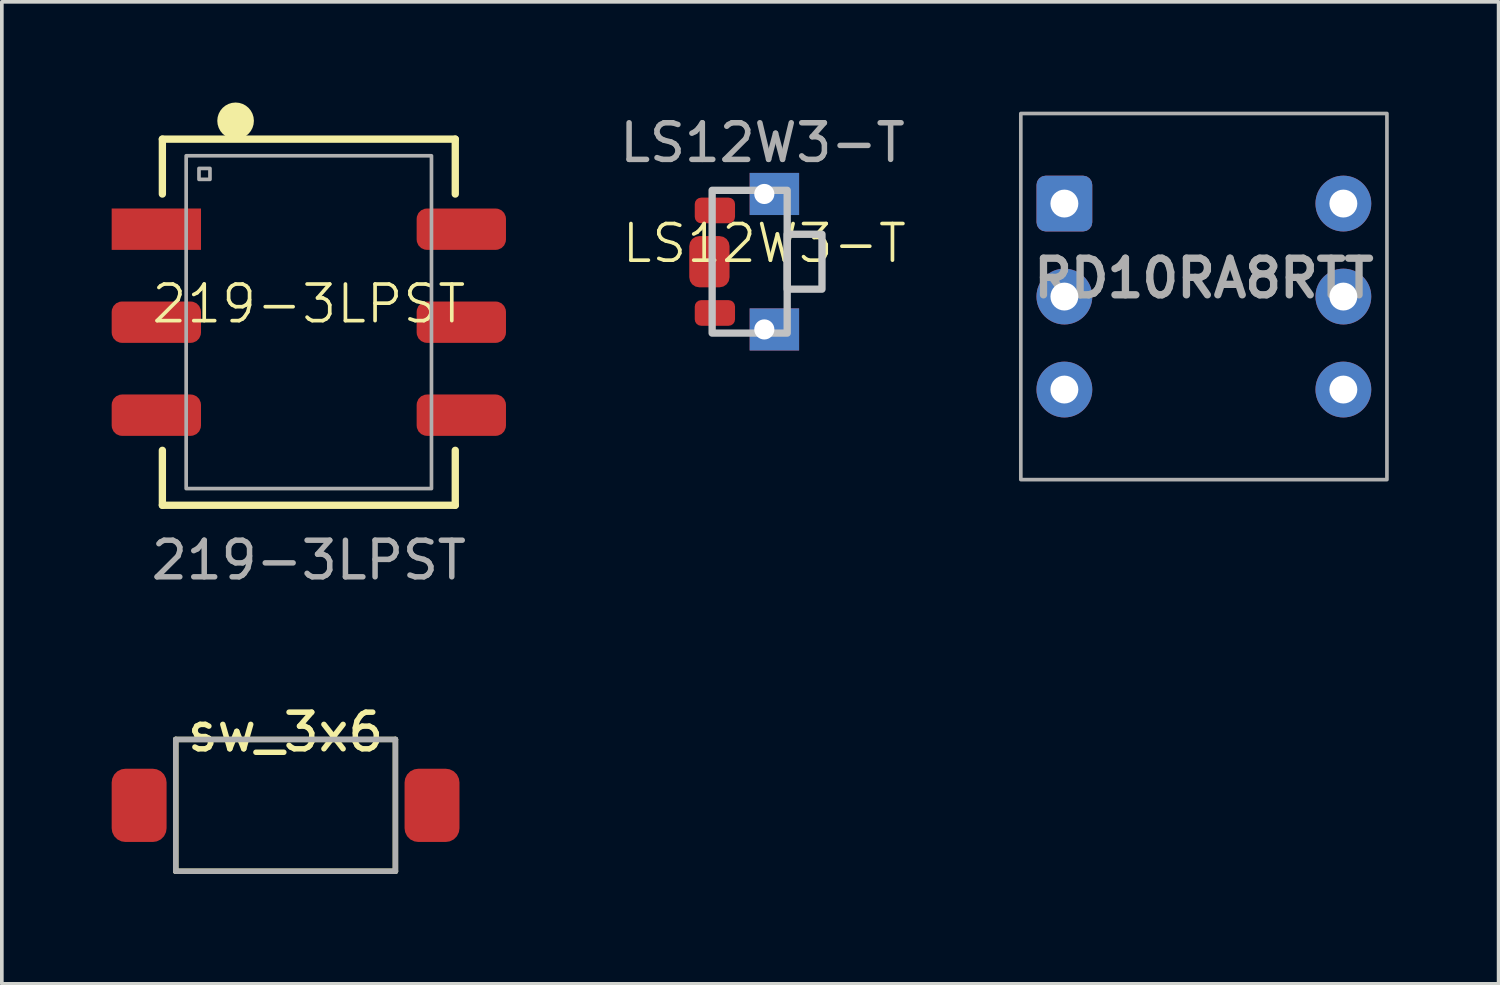
<source format=kicad_pcb>
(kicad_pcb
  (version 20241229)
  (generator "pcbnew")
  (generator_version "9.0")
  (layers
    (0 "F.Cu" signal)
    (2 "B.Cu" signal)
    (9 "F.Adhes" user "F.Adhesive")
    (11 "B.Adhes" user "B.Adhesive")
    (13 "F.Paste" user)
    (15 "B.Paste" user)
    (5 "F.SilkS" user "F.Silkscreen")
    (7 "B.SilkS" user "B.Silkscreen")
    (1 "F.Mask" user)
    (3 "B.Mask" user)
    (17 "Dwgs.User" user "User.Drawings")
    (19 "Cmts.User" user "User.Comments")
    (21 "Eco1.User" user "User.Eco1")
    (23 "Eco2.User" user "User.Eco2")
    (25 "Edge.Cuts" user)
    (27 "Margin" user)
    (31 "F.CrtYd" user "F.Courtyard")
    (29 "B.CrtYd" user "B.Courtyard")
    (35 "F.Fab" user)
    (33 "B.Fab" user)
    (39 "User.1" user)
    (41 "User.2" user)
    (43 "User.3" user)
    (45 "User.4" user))
  (footprint "sw_3x6"
    (layer "F.Cu")
    (at 4.75 18.947)
    (property "Reference" "sw_3x6" (at 0 -2 0) (layer "F.SilkS") (effects (font (size 1 1) (thickness 0.15))))
    (attr through_hole)
    (fp_line (start -3 -1.8) (end -3 1.8) (stroke (width 0.15) (type solid)) (layer "F.SilkS"))
    (fp_line (start -3 -1.8) (end 3 -1.8) (stroke (width 0.15) (type solid)) (layer "F.SilkS"))
    (fp_line (start -3 1.8) (end 3 1.8) (stroke (width 0.15) (type solid)) (layer "F.SilkS"))
    (fp_line (start 3 1.8) (end 3 -1.8) (stroke (width 0.15) (type solid)) (layer "F.SilkS"))
    (fp_line (start -3 -1.8) (end -3 1.8) (stroke (width 0.15) (type solid)) (layer "F.Fab"))
    (fp_line (start -3 -1.8) (end 3 -1.8) (stroke (width 0.15) (type solid)) (layer "F.Fab"))
    (fp_line (start -3 1.8) (end 3 1.8) (stroke (width 0.15) (type solid)) (layer "F.Fab"))
    (fp_line (start 3 1.8) (end 3 -1.8) (stroke (width 0.15) (type solid)) (layer "F.Fab"))
    (pad "1" smd roundrect (at -4 0) (size 1.5 2) (layers "F.Cu" "F.Mask" "F.Paste") (roundrect_rratio 0.25))
    (pad "2" smd roundrect (at 4 0) (size 1.5 2) (layers "F.Cu" "F.Mask" "F.Paste") (roundrect_rratio 0.25)))
  (footprint "RD10RA8RTT"
    (layer "F.Cu")
    (at 29.832 5.05)
    (property "Reference" "RD10RA8RTT" (at 0 -0.5 0) (unlocked yes) (layer "F.Fab") (effects (font (size 1 1) (thickness 0.2) (bold yes))))
    (attr through_hole)
    (fp_rect (start -5 -5) (end 5 5) (stroke (width 0.1) (type default)) (fill no) (layer "F.Fab"))
    (pad "1" thru_hole roundrect (at -3.81 -2.54) (size 1.524 1.524) (drill 0.762) (layers "*.Cu" "*.Mask") (roundrect_rratio 0.164))
    (pad "2" thru_hole circle (at -3.81 0) (size 1.524 1.524) (drill 0.762) (layers "*.Cu" "*.Mask"))
    (pad "3" thru_hole circle (at -3.81 2.54) (size 1.524 1.524) (drill 0.762) (layers "*.Cu" "*.Mask"))
    (pad "4" thru_hole circle (at 3.81 2.54) (size 1.524 1.524) (drill 0.762) (layers "*.Cu" "*.Mask"))
    (pad "5" thru_hole circle (at 3.81 0) (size 1.524 1.524) (drill 0.762) (layers "*.Cu" "*.Mask"))
    (pad "6" thru_hole circle (at 3.81 -2.54) (size 1.524 1.524) (drill 0.762) (layers "*.Cu" "*.Mask")))
  (footprint "219-3LPST"
    (layer "F.Cu")
    (at 5.385 5.75)
    (property "Reference" "219-3LPST" (at 0 -0.5 0) (unlocked yes) (layer "F.SilkS") (effects (font (size 1 1) (thickness 0.1))))
    (attr smd)
    (fp_line (start -4 -5) (end 4 -5) (stroke (width 0.2) (type default)) (layer "F.SilkS"))
    (fp_line (start -4 -3.5) (end -4 -5) (stroke (width 0.2) (type default)) (layer "F.SilkS"))
    (fp_line (start -4 3.5) (end -4 5) (stroke (width 0.2) (type default)) (layer "F.SilkS"))
    (fp_line (start -4 5) (end 4 5) (stroke (width 0.2) (type default)) (layer "F.SilkS"))
    (fp_line (start 4 -5) (end 4 -3.5) (stroke (width 0.2) (type default)) (layer "F.SilkS"))
    (fp_line (start 4 5) (end 4 3.5) (stroke (width 0.2) (type default)) (layer "F.SilkS"))
    (fp_circle (center -2 -5.5) (end -2 -5.5) (stroke (width 0.5) (type default)) (fill no) (layer "F.SilkS"))
    (fp_rect (start -3.35 -4.545) (end 3.35 4.545) (stroke (width 0.1) (type default)) (fill no) (layer "F.Fab"))
    (fp_rect (start -3 -4.2) (end -2.7 -3.9) (stroke (width 0.1) (type default)) (fill no) (layer "F.Fab"))
    (fp_text user "${REFERENCE}" (at 0 6.5 0) (unlocked yes) (layer "F.Fab") (effects (font (size 1 1) (thickness 0.15))))
    (pad "1" smd rect (at -4.165 -2.54) (size 2.44 1.13) (layers "F.Cu" "F.Mask" "F.Paste"))
    (pad "2" smd roundrect (at -4.165 0) (size 2.44 1.13) (layers "F.Cu" "F.Mask" "F.Paste") (roundrect_rratio 0.25))
    (pad "3" smd roundrect (at -4.165 2.54) (size 2.44 1.13) (layers "F.Cu" "F.Mask" "F.Paste") (roundrect_rratio 0.25))
    (pad "4" smd roundrect (at 4.165 2.54) (size 2.44 1.13) (layers "F.Cu" "F.Mask" "F.Paste") (roundrect_rratio 0.25))
    (pad "5" smd roundrect (at 4.165 0) (size 2.44 1.13) (layers "F.Cu" "F.Mask" "F.Paste") (roundrect_rratio 0.25))
    (pad "6" smd roundrect (at 4.165 -2.54) (size 2.44 1.13) (layers "F.Cu" "F.Mask" "F.Paste") (roundrect_rratio 0.25)))
  (footprint "LS12W3-T"
    (layer "F.Cu")
    (at 17.826 4.098)
    (property "Reference" "LS12W3-T" (at 0 -0.5 0) (unlocked yes) (layer "F.SilkS") (effects (font (size 1 1) (thickness 0.1))))
    (attr smd)
    (fp_rect (start -1.425 -1.95) (end 0.625 1.95) (stroke (width 0.2) (type default)) (fill no) (layer "Dwgs.User"))
    (fp_rect (start 0.625 -0.75) (end 1.575 0.75) (stroke (width 0.2) (type default)) (fill no) (layer "Dwgs.User"))
    (fp_text user "${REFERENCE}" (at -0.05 -3.25 0) (unlocked yes) (layer "F.Fab") (effects (font (size 1 1) (thickness 0.15))))
    (pad "0" smd roundrect (at -1.5 0) (size 1.1 1.4) (layers "F.Cu" "F.Mask" "F.Paste") (roundrect_rratio 0.25))
    (pad "0" thru_hole rect (at 0 -1.85) (size 1.35 1.15) (drill 0.55 (offset 0.275 0)) (layers "*.Cu" "F.Mask") (remove_unused_layers yes) (keep_end_layers yes) (zone_layer_connections))
    (pad "0" thru_hole rect (at 0 1.85) (size 1.35 1.15) (drill 0.55 (offset 0.275 0)) (layers "*.Cu" "F.Mask") (remove_unused_layers yes) (keep_end_layers yes) (zone_layer_connections))
    (pad "1" smd roundrect (at -1.35 1.4) (size 1.1 0.7) (layers "F.Cu" "F.Mask" "F.Paste") (roundrect_rratio 0.25))
    (pad "2" smd roundrect (at -1.35 -1.4) (size 1.1 0.7) (layers "F.Cu" "F.Mask" "F.Paste") (roundrect_rratio 0.25)))
  (gr_rect
    (start -3 -3)
    (end 37.882 23.822)
    (stroke (width 0.1) (type default))
    (fill no)
    (layer "Edge.Cuts")))
</source>
